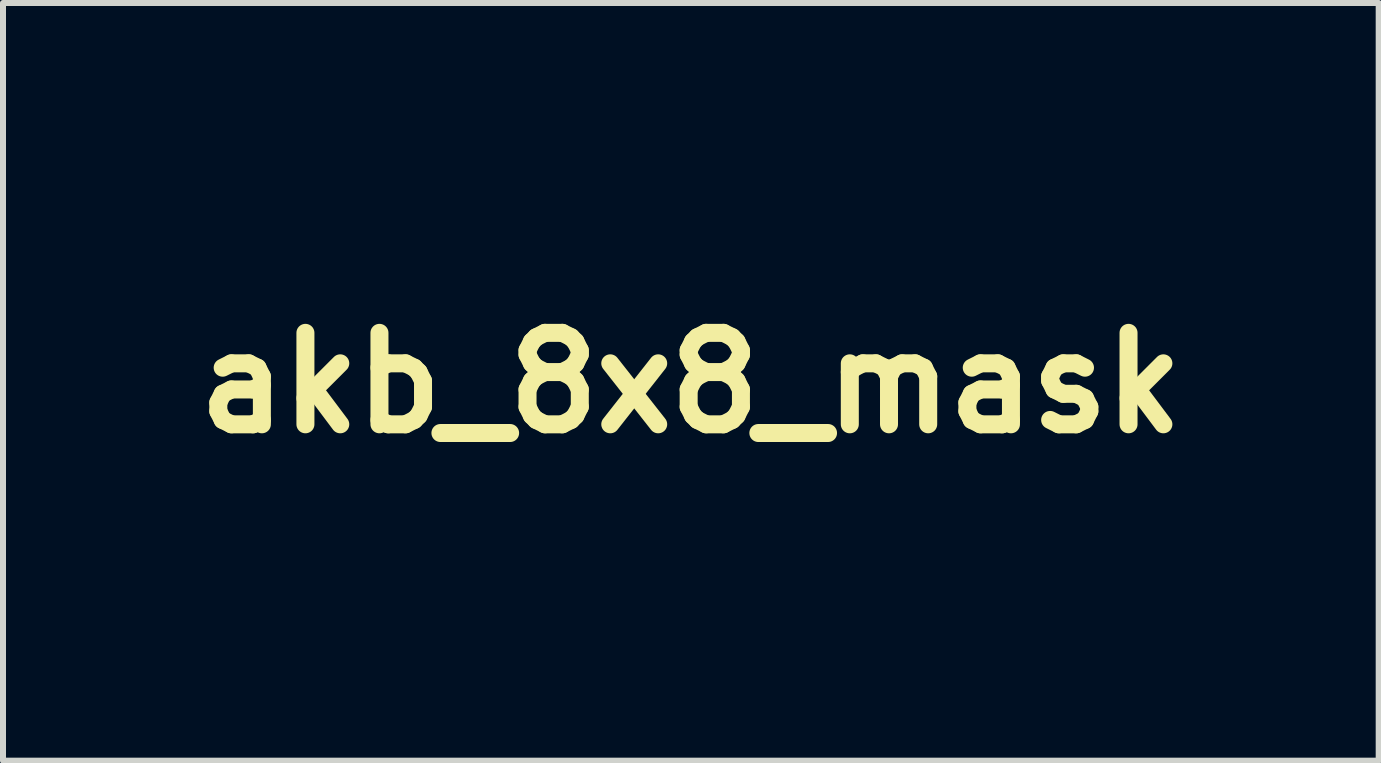
<source format=kicad_pcb>
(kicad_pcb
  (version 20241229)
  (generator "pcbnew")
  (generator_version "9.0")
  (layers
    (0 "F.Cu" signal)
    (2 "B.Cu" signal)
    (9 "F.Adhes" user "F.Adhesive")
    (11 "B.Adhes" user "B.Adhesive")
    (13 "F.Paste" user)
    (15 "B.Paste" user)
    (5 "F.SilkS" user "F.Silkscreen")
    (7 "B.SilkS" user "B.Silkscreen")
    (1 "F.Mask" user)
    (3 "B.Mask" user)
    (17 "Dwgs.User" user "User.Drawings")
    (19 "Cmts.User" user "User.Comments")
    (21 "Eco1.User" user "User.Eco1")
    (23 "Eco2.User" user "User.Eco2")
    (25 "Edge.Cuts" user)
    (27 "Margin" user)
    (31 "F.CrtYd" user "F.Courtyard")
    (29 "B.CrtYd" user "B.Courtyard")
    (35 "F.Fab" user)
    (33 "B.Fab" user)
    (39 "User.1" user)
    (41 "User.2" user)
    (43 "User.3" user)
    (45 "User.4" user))
  (footprint "akb_8x8_mask"
    (layer "F.Cu")
    (at 8.462 3.331)
    (property "Reference" "akb_8x8_mask" (at 0 0 0) (layer "F.SilkS") (effects (font (size 1.524 1.524) (thickness 0.3))))
    (attr through_hole)
    (fp_poly (pts (xy 0.058 -3.315) (xy 0.065 -3.305) (xy 0.077 -3.285) (xy 0.093 -3.257) (xy 0.114 -3.223) (xy 0.136 -3.184) (xy 0.157 -3.148) (xy 0.194 -3.084) (xy 0.234 -3.015) (xy 0.275 -2.943) (xy 0.317 -2.87) (xy 0.359 -2.798) (xy 0.399 -2.728) (xy 0.438 -2.662) (xy 0.472 -2.602) (xy 0.503 -2.549) (xy 0.528 -2.506) (xy 0.537 -2.491) (xy 0.557 -2.456) (xy 0.576 -2.422) (xy 0.593 -2.394) (xy 0.605 -2.372) (xy 0.61 -2.363) (xy 0.619 -2.348) (xy 0.633 -2.323) (xy 0.65 -2.293) (xy 0.67 -2.259) (xy 0.685 -2.233) (xy 0.706 -2.198) (xy 0.731 -2.154) (xy 0.759 -2.105) (xy 0.789 -2.053) (xy 0.818 -2.002) (xy 0.837 -1.971) (xy 0.863 -1.925) (xy 0.89 -1.879) (xy 0.914 -1.836) (xy 0.937 -1.797) (xy 0.955 -1.766) (xy 0.965 -1.747) (xy 0.977 -1.726) (xy 0.995 -1.696) (xy 1.017 -1.657) (xy 1.043 -1.613) (xy 1.071 -1.564) (xy 1.101 -1.513) (xy 1.125 -1.47) (xy 1.154 -1.421) (xy 1.18 -1.375) (xy 1.205 -1.333) (xy 1.226 -1.296) (xy 1.242 -1.267) (xy 1.254 -1.247) (xy 1.26 -1.237) (xy 1.267 -1.224) (xy 1.281 -1.201) (xy 1.3 -1.168) (xy 1.323 -1.127) (xy 1.351 -1.079) (xy 1.382 -1.025) (xy 1.416 -0.967) (xy 1.452 -0.905) (xy 1.489 -0.84) (xy 1.496 -0.827) (xy 1.558 -0.721) (xy 1.614 -0.623) (xy 1.668 -0.53) (xy 1.71 -0.457) (xy 1.724 -0.433) (xy 1.742 -0.401) (xy 1.765 -0.361) (xy 1.791 -0.316) (xy 1.819 -0.269) (xy 1.846 -0.221) (xy 1.848 -0.217) (xy 1.88 -0.162) (xy 1.908 -0.113) (xy 1.935 -0.067) (xy 1.96 -0.024) (xy 1.985 0.02) (xy 2.012 0.067) (xy 2.041 0.118) (xy 2.075 0.175) (xy 2.113 0.241) (xy 2.132 0.273) (xy 2.16 0.322) (xy 2.19 0.375) (xy 2.221 0.428) (xy 2.25 0.478) (xy 2.275 0.522) (xy 2.284 0.537) (xy 2.309 0.581) (xy 2.331 0.62) (xy 2.353 0.657) (xy 2.375 0.695) (xy 2.399 0.737) (xy 2.426 0.785) (xy 2.458 0.839) (xy 2.471 0.861) (xy 2.489 0.894) (xy 2.512 0.933) (xy 2.538 0.978) (xy 2.565 1.025) (xy 2.593 1.073) (xy 2.597 1.08) (xy 2.627 1.132) (xy 2.661 1.191) (xy 2.698 1.256) (xy 2.737 1.323) (xy 2.775 1.388) (xy 2.81 1.449) (xy 2.82 1.467) (xy 2.849 1.517) (xy 2.876 1.564) (xy 2.901 1.607) (xy 2.922 1.644) (xy 2.94 1.674) (xy 2.952 1.696) (xy 2.959 1.707) (xy 2.969 1.726) (xy 2.984 1.752) (xy 3.001 1.782) (xy 3.012 1.8) (xy 3.048 1.863) (xy 3.078 1.916) (xy 3.104 1.96) (xy 3.125 1.997) (xy 3.144 2.028) (xy 3.16 2.056) (xy 3.175 2.082) (xy 3.189 2.107) (xy 3.193 2.114) (xy 3.212 2.146) (xy 3.235 2.185) (xy 3.26 2.229) (xy 3.286 2.273) (xy 3.303 2.304) (xy 3.329 2.349) (xy 3.359 2.4) (xy 3.389 2.452) (xy 3.416 2.5) (xy 3.43 2.524) (xy 3.493 2.634) (xy 3.551 2.734) (xy 3.602 2.822) (xy 3.647 2.901) (xy 3.687 2.97) (xy 3.722 3.031) (xy 3.752 3.083) (xy 3.778 3.127) (xy 3.799 3.164) (xy 3.817 3.195) (xy 3.831 3.219) (xy 3.841 3.237) (xy 3.849 3.25) (xy 3.854 3.259) (xy 3.857 3.264) (xy 3.858 3.264) (xy 3.865 3.278) (xy 3.867 3.286) (xy 3.865 3.286) (xy 3.858 3.287) (xy 3.847 3.287) (xy 3.831 3.288) (xy 3.81 3.288) (xy 3.783 3.289) (xy 3.751 3.289) (xy 3.712 3.29) (xy 3.667 3.29) (xy 3.616 3.291) (xy 3.557 3.291) (xy 3.492 3.291) (xy 3.419 3.292) (xy 3.338 3.292) (xy 3.249 3.292) (xy 3.152 3.292) (xy 3.046 3.293) (xy 2.931 3.293) (xy 2.807 3.293) (xy 2.674 3.293) (xy 2.531 3.293) (xy 2.377 3.294) (xy 2.214 3.294) (xy 2.04 3.294) (xy 1.855 3.294) (xy 1.659 3.294) (xy 1.451 3.294) (xy 1.232 3.294) (xy 1.001 3.294) (xy 0.757 3.294) (xy 0.501 3.294) (xy 0.232 3.294) (xy 0.047 3.294) (xy -0.232 3.294) (xy -0.498 3.294) (xy -0.751 3.294) (xy -0.992 3.294) (xy -1.22 3.294) (xy -1.437 3.294) (xy -1.642 3.294) (xy -1.835 3.294) (xy -2.017 3.294) (xy -2.189 3.294) (xy -2.349 3.293) (xy -2.5 3.293) (xy -2.641 3.293) (xy -2.771 3.293) (xy -2.893 3.293) (xy -3.005 3.293) (xy -3.108 3.292) (xy -3.202 3.292) (xy -3.289 3.292) (xy -3.367 3.291) (xy -3.437 3.291) (xy -3.5 3.291) (xy -3.555 3.29) (xy -3.604 3.29) (xy -3.645 3.29) (xy -3.681 3.289) (xy -3.71 3.289) (xy -3.733 3.288) (xy -3.751 3.288) (xy -3.763 3.287) (xy -3.77 3.287) (xy -3.773 3.286) (xy -3.773 3.286) (xy -3.77 3.276) (xy -3.761 3.259) (xy -3.751 3.241) (xy -3.739 3.22) (xy -3.723 3.192) (xy -3.704 3.159) (xy -3.688 3.131) (xy -3.672 3.103) (xy -3.458 3.103) (xy -3.457 3.107) (xy -3.449 3.109) (xy -3.43 3.11) (xy -3.4 3.111) (xy -3.36 3.112) (xy -3.313 3.113) (xy -3.258 3.114) (xy -3.198 3.114) (xy -3.134 3.115) (xy -3.068 3.115) (xy -2.999 3.115) (xy -2.931 3.115) (xy -2.863 3.114) (xy -2.798 3.114) (xy -2.737 3.113) (xy -2.681 3.112) (xy -2.631 3.111) (xy -2.589 3.11) (xy -2.556 3.109) (xy -2.534 3.108) (xy -2.522 3.106) (xy -2.522 3.106) (xy -2.517 3.097) (xy -2.318 3.097) (xy -2.317 3.107) (xy -2.31 3.108) (xy -2.29 3.108) (xy -2.259 3.109) (xy -2.216 3.109) (xy -2.162 3.11) (xy -2.098 3.11) (xy -2.024 3.11) (xy -1.941 3.111) (xy -1.85 3.111) (xy -1.752 3.112) (xy -1.646 3.112) (xy -1.534 3.112) (xy -1.416 3.113) (xy -1.293 3.113) (xy -1.166 3.113) (xy -1.035 3.113) (xy -0.9 3.114) (xy -0.763 3.114) (xy -0.623 3.114) (xy -0.483 3.114) (xy -0.341 3.114) (xy -0.2 3.114) (xy -0.059 3.115) (xy 0.081 3.115) (xy 0.219 3.115) (xy 0.355 3.115) (xy 0.488 3.115) (xy 0.617 3.115) (xy 0.741 3.114) (xy 0.861 3.114) (xy 0.976 3.114) (xy 1.084 3.114) (xy 1.185 3.114) (xy 1.279 3.114) (xy 1.365 3.113) (xy 1.442 3.113) (xy 1.51 3.113) (xy 1.568 3.112) (xy 1.615 3.112) (xy 1.651 3.112) (xy 1.675 3.111) (xy 1.687 3.111) (xy 1.688 3.111) (xy 1.687 3.103) (xy 1.679 3.086) (xy 1.667 3.062) (xy 1.65 3.032) (xy 1.629 2.999) (xy 1.626 2.994) (xy 1.617 2.979) (xy 1.605 2.958) (xy 1.595 2.941) (xy 1.586 2.923) (xy 1.571 2.897) (xy 1.552 2.864) (xy 1.531 2.827) (xy 1.51 2.791) (xy 1.488 2.753) (xy 1.466 2.715) (xy 1.447 2.682) (xy 1.431 2.655) (xy 1.421 2.637) (xy 1.412 2.621) (xy 1.404 2.608) (xy 1.396 2.594) (xy 1.387 2.579) (xy 1.376 2.559) (xy 1.36 2.532) (xy 1.34 2.496) (xy 1.337 2.491) (xy 1.32 2.461) (xy 1.304 2.434) (xy 1.291 2.412) (xy 1.285 2.401) (xy 1.275 2.383) (xy 1.259 2.356) (xy 1.239 2.321) (xy 1.216 2.282) (xy 1.191 2.239) (xy 1.166 2.196) (xy 1.142 2.154) (xy 1.124 2.124) (xy 1.106 2.092) (xy 1.088 2.062) (xy 1.074 2.037) (xy 1.064 2.019) (xy 1.063 2.017) (xy 1.047 1.99) (xy 1.029 1.956) (xy 1.007 1.919) (xy 0.985 1.88) (xy 0.962 1.841) (xy 0.939 1.802) (xy 0.918 1.767) (xy 0.899 1.736) (xy 0.884 1.712) (xy 0.874 1.696) (xy 0.869 1.689) (xy 0.869 1.689) (xy 0.863 1.693) (xy 0.853 1.707) (xy 0.842 1.725) (xy 0.828 1.749) (xy 0.816 1.771) (xy 0.808 1.784) (xy 0.774 1.841) (xy 0.746 1.89) (xy 0.723 1.931) (xy 0.715 1.944) (xy 0.703 1.966) (xy 0.685 1.996) (xy 0.664 2.033) (xy 0.642 2.072) (xy 0.62 2.11) (xy 0.599 2.146) (xy 0.582 2.175) (xy 0.573 2.191) (xy 0.566 2.203) (xy 0.553 2.225) (xy 0.537 2.253) (xy 0.519 2.285) (xy 0.51 2.301) (xy 0.491 2.333) (xy 0.47 2.37) (xy 0.447 2.41) (xy 0.424 2.449) (xy 0.403 2.487) (xy 0.384 2.519) (xy 0.369 2.545) (xy 0.36 2.561) (xy 0.329 2.614) (xy 0.304 2.656) (xy 0.286 2.687) (xy 0.275 2.707) (xy 0.275 2.707) (xy 0.264 2.726) (xy 0.25 2.75) (xy 0.241 2.766) (xy 0.23 2.785) (xy 0.222 2.799) (xy 0.22 2.805) (xy 0.217 2.811) (xy 0.208 2.826) (xy 0.196 2.847) (xy 0.194 2.849) (xy 0.182 2.869) (xy 0.165 2.898) (xy 0.145 2.932) (xy 0.124 2.969) (xy 0.11 2.992) (xy 0.091 3.025) (xy 0.073 3.054) (xy 0.058 3.076) (xy 0.048 3.09) (xy 0.043 3.094) (xy 0.034 3.09) (xy 0.033 3.088) (xy 0.03 3.079) (xy 0.022 3.063) (xy 0.014 3.049) (xy -0.001 3.024) (xy -0.018 2.996) (xy -0.024 2.984) (xy -0.032 2.97) (xy -0.046 2.947) (xy -0.063 2.915) (xy -0.085 2.878) (xy -0.108 2.837) (xy -0.133 2.794) (xy -0.158 2.75) (xy -0.183 2.708) (xy -0.205 2.669) (xy -0.224 2.636) (xy -0.24 2.61) (xy -0.247 2.598) (xy -0.255 2.583) (xy -0.269 2.56) (xy -0.286 2.53) (xy -0.305 2.496) (xy -0.326 2.46) (xy -0.346 2.425) (xy -0.364 2.394) (xy -0.378 2.369) (xy -0.38 2.366) (xy -0.389 2.35) (xy -0.403 2.326) (xy -0.421 2.294) (xy -0.442 2.258) (xy -0.465 2.218) (xy -0.489 2.177) (xy -0.514 2.135) (xy -0.537 2.094) (xy -0.559 2.057) (xy -0.577 2.025) (xy -0.592 1.999) (xy -0.602 1.982) (xy -0.607 1.974) (xy -0.607 1.974) (xy -0.613 1.963) (xy -0.624 1.945) (xy -0.636 1.924) (xy -0.648 1.903) (xy -0.664 1.874) (xy -0.683 1.841) (xy -0.703 1.806) (xy -0.707 1.8) (xy -0.725 1.769) (xy -0.742 1.74) (xy -0.755 1.717) (xy -0.764 1.701) (xy -0.765 1.698) (xy -0.768 1.692) (xy -0.771 1.686) (xy -0.774 1.682) (xy -0.779 1.679) (xy -0.786 1.679) (xy -0.796 1.682) (xy -0.81 1.687) (xy -0.829 1.696) (xy -0.854 1.71) (xy -0.886 1.727) (xy -0.925 1.749) (xy -0.972 1.777) (xy -1.029 1.81) (xy -1.096 1.849) (xy -1.137 1.873) (xy -1.174 1.894) (xy -1.209 1.915) (xy -1.24 1.933) (xy -1.264 1.946) (xy -1.278 1.955) (xy -1.28 1.956) (xy -1.327 1.982) (xy -1.366 2.004) (xy -1.399 2.023) (xy -1.43 2.041) (xy -1.462 2.06) (xy -1.498 2.081) (xy -1.507 2.086) (xy -1.541 2.106) (xy -1.575 2.126) (xy -1.603 2.142) (xy -1.625 2.155) (xy -1.633 2.159) (xy -1.654 2.171) (xy -1.681 2.187) (xy -1.708 2.203) (xy -1.71 2.204) (xy -1.733 2.217) (xy -1.753 2.228) (xy -1.765 2.235) (xy -1.767 2.236) (xy -1.779 2.243) (xy -1.796 2.252) (xy -1.797 2.253) (xy -1.813 2.263) (xy -1.839 2.278) (xy -1.87 2.296) (xy -1.905 2.316) (xy -1.94 2.337) (xy -1.974 2.356) (xy -2.002 2.372) (xy -2.022 2.383) (xy -2.027 2.386) (xy -2.046 2.397) (xy -2.061 2.407) (xy -2.065 2.41) (xy -2.07 2.419) (xy -2.079 2.438) (xy -2.09 2.465) (xy -2.102 2.496) (xy -2.107 2.511) (xy -2.132 2.579) (xy -2.152 2.635) (xy -2.169 2.682) (xy -2.183 2.721) (xy -2.194 2.752) (xy -2.203 2.777) (xy -2.211 2.798) (xy -2.217 2.816) (xy -2.218 2.817) (xy -2.226 2.842) (xy -2.234 2.864) (xy -2.24 2.877) (xy -2.24 2.877) (xy -2.244 2.888) (xy -2.252 2.909) (xy -2.262 2.937) (xy -2.274 2.969) (xy -2.277 2.977) (xy -2.289 3.011) (xy -2.299 3.041) (xy -2.308 3.065) (xy -2.314 3.08) (xy -2.314 3.082) (xy -2.318 3.097) (xy -2.517 3.097) (xy -2.517 3.097) (xy -2.509 3.078) (xy -2.499 3.051) (xy -2.487 3.019) (xy -2.481 3.004) (xy -2.467 2.965) (xy -2.453 2.925) (xy -2.439 2.888) (xy -2.429 2.858) (xy -2.427 2.854) (xy -2.415 2.82) (xy -2.402 2.784) (xy -2.39 2.751) (xy -2.389 2.747) (xy -2.38 2.722) (xy -2.372 2.7) (xy -2.367 2.685) (xy -2.366 2.684) (xy -2.361 2.67) (xy -2.351 2.644) (xy -2.337 2.606) (xy -2.318 2.555) (xy -2.296 2.493) (xy -2.292 2.482) (xy -2.284 2.457) (xy -2.278 2.436) (xy -2.276 2.424) (xy -2.276 2.422) (xy -2.279 2.421) (xy -2.285 2.419) (xy -2.296 2.417) (xy -2.313 2.413) (xy -2.337 2.409) (xy -2.37 2.403) (xy -2.412 2.395) (xy -2.464 2.386) (xy -2.529 2.375) (xy -2.533 2.374) (xy -2.572 2.367) (xy -2.608 2.361) (xy -2.637 2.356) (xy -2.658 2.352) (xy -2.667 2.35) (xy -2.691 2.346) (xy -2.723 2.34) (xy -2.76 2.333) (xy -2.8 2.326) (xy -2.842 2.319) (xy -2.881 2.312) (xy -2.917 2.307) (xy -2.946 2.302) (xy -2.967 2.299) (xy -2.976 2.298) (xy -2.979 2.298) (xy -2.983 2.297) (xy -2.986 2.298) (xy -2.99 2.3) (xy -2.995 2.305) (xy -3.001 2.314) (xy -3.009 2.326) (xy -3.02 2.343) (xy -3.034 2.366) (xy -3.051 2.396) (xy -3.073 2.432) (xy -3.098 2.477) (xy -3.129 2.53) (xy -3.166 2.594) (xy -3.208 2.667) (xy -3.227 2.7) (xy -3.237 2.718) (xy -3.249 2.738) (xy -3.251 2.741) (xy -3.263 2.761) (xy -3.277 2.785) (xy -3.282 2.794) (xy -3.291 2.81) (xy -3.305 2.835) (xy -3.323 2.866) (xy -3.343 2.9) (xy -3.357 2.924) (xy -3.377 2.959) (xy -3.397 2.993) (xy -3.413 3.022) (xy -3.426 3.044) (xy -3.432 3.054) (xy -3.443 3.073) (xy -3.452 3.088) (xy -3.455 3.092) (xy -3.458 3.103) (xy -3.672 3.103) (xy -3.67 3.1) (xy -3.654 3.072) (xy -3.641 3.049) (xy -3.632 3.034) (xy -3.625 3.022) (xy -3.613 3) (xy -3.595 2.971) (xy -3.575 2.935) (xy -3.552 2.895) (xy -3.528 2.854) (xy -3.504 2.812) (xy -3.481 2.772) (xy -3.461 2.737) (xy -3.444 2.708) (xy -3.432 2.688) (xy -3.426 2.677) (xy -3.42 2.667) (xy -3.408 2.646) (xy -3.392 2.617) (xy -3.371 2.581) (xy -3.348 2.541) (xy -3.322 2.496) (xy -3.313 2.481) (xy -3.288 2.436) (xy -3.264 2.396) (xy -3.244 2.36) (xy -3.227 2.331) (xy -3.215 2.31) (xy -3.208 2.299) (xy -3.207 2.297) (xy -3.201 2.288) (xy -3.191 2.271) (xy -3.181 2.254) (xy -3.172 2.237) (xy -3.157 2.211) (xy -3.138 2.178) (xy -3.117 2.141) (xy -3.106 2.122) (xy -2.889 2.122) (xy -2.888 2.123) (xy -2.883 2.125) (xy -2.87 2.128) (xy -2.849 2.132) (xy -2.82 2.137) (xy -2.781 2.144) (xy -2.732 2.153) (xy -2.671 2.164) (xy -2.599 2.176) (xy -2.517 2.191) (xy -2.439 2.204) (xy -2.374 2.215) (xy -2.321 2.225) (xy -2.277 2.232) (xy -2.243 2.238) (xy -2.218 2.243) (xy -2.2 2.247) (xy -2.189 2.249) (xy -2.184 2.25) (xy -2.183 2.25) (xy -2.177 2.252) (xy -2.17 2.252) (xy -2.16 2.248) (xy -2.144 2.241) (xy -2.121 2.228) (xy -2.099 2.216) (xy -2.068 2.198) (xy -2.038 2.181) (xy -2.012 2.166) (xy -1.998 2.158) (xy -1.975 2.146) (xy -1.956 2.134) (xy -1.947 2.128) (xy -1.929 2.118) (xy -1.917 2.11) (xy -1.904 2.103) (xy -1.884 2.091) (xy -1.87 2.083) (xy -1.839 2.065) (xy -1.804 2.045) (xy -1.767 2.024) (xy -1.732 2.004) (xy -1.701 1.986) (xy -1.677 1.972) (xy -1.661 1.963) (xy -1.639 1.951) (xy -1.618 1.938) (xy -1.615 1.937) (xy -1.598 1.927) (xy -1.575 1.913) (xy -1.547 1.897) (xy -1.518 1.88) (xy -1.49 1.864) (xy -1.466 1.85) (xy -1.447 1.84) (xy -1.438 1.835) (xy -1.437 1.834) (xy -1.429 1.83) (xy -1.412 1.82) (xy -1.389 1.807) (xy -1.372 1.796) (xy -1.347 1.781) (xy -1.327 1.769) (xy -1.314 1.762) (xy -1.31 1.76) (xy -1.303 1.757) (xy -1.289 1.749) (xy -1.269 1.738) (xy -1.247 1.725) (xy -1.225 1.712) (xy -1.208 1.701) (xy -1.207 1.7) (xy -1.195 1.693) (xy -1.177 1.683) (xy -1.17 1.68) (xy -1.153 1.67) (xy -1.142 1.663) (xy -1.14 1.661) (xy -1.132 1.656) (xy -1.118 1.647) (xy -1.113 1.645) (xy -1.082 1.629) (xy -1.062 1.618) (xy -1.05 1.611) (xy -1.047 1.608) (xy -1.039 1.602) (xy -1.025 1.594) (xy -1.02 1.591) (xy -0.984 1.571) (xy -0.951 1.552) (xy -0.922 1.535) (xy -0.899 1.52) (xy -0.885 1.51) (xy -0.88 1.505) (xy -0.883 1.498) (xy -0.892 1.481) (xy -0.905 1.457) (xy -0.921 1.428) (xy -0.939 1.396) (xy -0.957 1.363) (xy -0.975 1.332) (xy -0.992 1.304) (xy -1.006 1.281) (xy -1.01 1.274) (xy -1.022 1.253) (xy -1.037 1.229) (xy -1.041 1.22) (xy -1.056 1.195) (xy -1.076 1.16) (xy -1.1 1.117) (xy -1.128 1.069) (xy -1.157 1.018) (xy -1.188 0.965) (xy -1.218 0.913) (xy -1.246 0.863) (xy -1.272 0.818) (xy -1.285 0.797) (xy -1.322 0.733) (xy -1.353 0.679) (xy -1.38 0.633) (xy -1.403 0.593) (xy -1.424 0.556) (xy -1.444 0.521) (xy -1.464 0.487) (xy -1.485 0.45) (xy -1.495 0.433) (xy -1.515 0.398) (xy -1.534 0.366) (xy -1.55 0.338) (xy -1.562 0.318) (xy -1.567 0.308) (xy -1.593 0.263) (xy -1.596 0.259) (xy -1.38 0.259) (xy -1.377 0.267) (xy -1.367 0.285) (xy -1.352 0.313) (xy -1.332 0.349) (xy -1.307 0.392) (xy -1.278 0.442) (xy -1.247 0.497) (xy -1.233 0.52) (xy -1.222 0.539) (xy -1.206 0.567) (xy -1.186 0.602) (xy -1.164 0.641) (xy -1.14 0.681) (xy -1.133 0.694) (xy -1.11 0.734) (xy -1.087 0.774) (xy -1.066 0.81) (xy -1.049 0.84) (xy -1.036 0.862) (xy -1.033 0.867) (xy -1.025 0.881) (xy -1.011 0.906) (xy -0.991 0.939) (xy -0.967 0.981) (xy -0.94 1.029) (xy -0.909 1.082) (xy -0.876 1.139) (xy -0.841 1.199) (xy -0.806 1.26) (xy -0.771 1.321) (xy -0.736 1.382) (xy -0.703 1.44) (xy -0.671 1.494) (xy -0.643 1.544) (xy -0.623 1.577) (xy -0.577 1.658) (xy -0.536 1.729) (xy -0.501 1.79) (xy -0.471 1.842) (xy -0.446 1.886) (xy -0.425 1.922) (xy -0.407 1.953) (xy -0.392 1.978) (xy -0.38 1.999) (xy -0.371 2.014) (xy -0.353 2.045) (xy -0.333 2.079) (xy -0.316 2.11) (xy -0.311 2.117) (xy -0.293 2.149) (xy -0.276 2.179) (xy -0.26 2.207) (xy -0.244 2.236) (xy -0.225 2.268) (xy -0.204 2.305) (xy -0.179 2.348) (xy -0.149 2.399) (xy -0.123 2.444) (xy -0.096 2.491) (xy -0.07 2.536) (xy -0.047 2.576) (xy -0.027 2.61) (xy -0.012 2.637) (xy -0.002 2.655) (xy 0.002 2.661) (xy 0.02 2.692) (xy 0.033 2.712) (xy 0.042 2.723) (xy 0.048 2.726) (xy 0.048 2.726) (xy 0.055 2.719) (xy 0.065 2.704) (xy 0.073 2.691) (xy 0.082 2.675) (xy 0.096 2.651) (xy 0.114 2.619) (xy 0.136 2.581) (xy 0.159 2.541) (xy 0.175 2.514) (xy 0.202 2.467) (xy 0.231 2.416) (xy 0.26 2.365) (xy 0.287 2.318) (xy 0.31 2.278) (xy 0.316 2.267) (xy 0.337 2.232) (xy 0.356 2.199) (xy 0.372 2.171) (xy 0.384 2.15) (xy 0.39 2.141) (xy 0.403 2.121) (xy 0.417 2.097) (xy 0.424 2.083) (xy 0.444 2.048) (xy 0.468 2.005) (xy 0.496 1.957) (xy 0.525 1.905) (xy 0.555 1.855) (xy 0.582 1.808) (xy 0.606 1.767) (xy 0.61 1.76) (xy 0.625 1.735) (xy 0.64 1.708) (xy 0.649 1.694) (xy 0.653 1.686) (xy 1.087 1.686) (xy 1.09 1.693) (xy 1.098 1.709) (xy 1.11 1.731) (xy 1.114 1.737) (xy 1.128 1.76) (xy 1.146 1.791) (xy 1.166 1.827) (xy 1.187 1.863) (xy 1.193 1.874) (xy 1.208 1.9) (xy 1.229 1.936) (xy 1.254 1.979) (xy 1.282 2.029) (xy 1.313 2.083) (xy 1.345 2.138) (xy 1.378 2.194) (xy 1.383 2.204) (xy 1.433 2.291) (xy 1.478 2.367) (xy 1.516 2.434) (xy 1.548 2.49) (xy 1.576 2.538) (xy 1.599 2.578) (xy 1.618 2.611) (xy 1.633 2.636) (xy 1.644 2.656) (xy 1.652 2.671) (xy 1.658 2.68) (xy 1.66 2.684) (xy 1.668 2.697) (xy 1.68 2.719) (xy 1.696 2.747) (xy 1.714 2.778) (xy 1.72 2.788) (xy 1.74 2.822) (xy 1.765 2.865) (xy 1.791 2.91) (xy 1.817 2.955) (xy 1.832 2.981) (xy 1.852 3.016) (xy 1.871 3.048) (xy 1.887 3.074) (xy 1.898 3.093) (xy 1.905 3.102) (xy 1.907 3.104) (xy 1.911 3.106) (xy 1.916 3.107) (xy 1.925 3.108) (xy 1.937 3.109) (xy 1.953 3.11) (xy 1.974 3.111) (xy 2 3.112) (xy 2.033 3.112) (xy 2.073 3.113) (xy 2.121 3.113) (xy 2.177 3.114) (xy 2.243 3.114) (xy 2.318 3.114) (xy 2.403 3.114) (xy 2.5 3.114) (xy 2.609 3.114) (xy 2.731 3.114) (xy 2.731 3.114) (xy 2.866 3.114) (xy 2.988 3.114) (xy 3.098 3.114) (xy 3.195 3.113) (xy 3.28 3.113) (xy 3.352 3.112) (xy 3.413 3.112) (xy 3.462 3.111) (xy 3.501 3.11) (xy 3.528 3.109) (xy 3.544 3.108) (xy 3.55 3.107) (xy 3.55 3.107) (xy 3.55 3.097) (xy 3.545 3.089) (xy 3.537 3.078) (xy 3.526 3.058) (xy 3.512 3.035) (xy 3.51 3.031) (xy 3.493 3.001) (xy 3.474 2.968) (xy 3.459 2.942) (xy 3.447 2.92) (xy 3.437 2.903) (xy 3.433 2.894) (xy 3.433 2.893) (xy 3.429 2.888) (xy 3.428 2.887) (xy 3.422 2.882) (xy 3.415 2.869) (xy 3.407 2.853) (xy 3.396 2.831) (xy 3.389 2.819) (xy 3.379 2.803) (xy 3.365 2.778) (xy 3.346 2.747) (xy 3.326 2.712) (xy 3.309 2.683) (xy 3.287 2.644) (xy 3.261 2.6) (xy 3.233 2.551) (xy 3.203 2.499) (xy 3.173 2.446) (xy 3.142 2.393) (xy 3.112 2.34) (xy 3.083 2.291) (xy 3.057 2.245) (xy 3.033 2.204) (xy 3.014 2.171) (xy 2.999 2.145) (xy 2.989 2.128) (xy 2.987 2.124) (xy 2.979 2.11) (xy 2.964 2.085) (xy 2.944 2.05) (xy 2.918 2.004) (xy 2.886 1.949) (xy 2.849 1.884) (xy 2.806 1.811) (xy 2.79 1.782) (xy 2.732 1.68) (xy 1.909 1.68) (xy 1.806 1.68) (xy 1.706 1.681) (xy 1.611 1.681) (xy 1.521 1.681) (xy 1.437 1.681) (xy 1.36 1.682) (xy 1.292 1.682) (xy 1.231 1.683) (xy 1.18 1.683) (xy 1.14 1.684) (xy 1.11 1.684) (xy 1.092 1.685) (xy 1.087 1.686) (xy 0.653 1.686) (xy 0.658 1.676) (xy 0.674 1.648) (xy 0.696 1.61) (xy 0.723 1.563) (xy 0.755 1.508) (xy 0.791 1.446) (xy 0.802 1.427) (xy 0.813 1.407) (xy 0.827 1.382) (xy 0.832 1.374) (xy 0.846 1.35) (xy 0.86 1.326) (xy 0.864 1.319) (xy 0.875 1.302) (xy 0.889 1.277) (xy 0.904 1.25) (xy 0.909 1.242) (xy 0.925 1.214) (xy 0.945 1.179) (xy 0.965 1.143) (xy 0.977 1.124) (xy 0.991 1.099) (xy 1.011 1.065) (xy 1.034 1.024) (xy 1.06 0.98) (xy 1.086 0.935) (xy 1.102 0.907) (xy 1.125 0.866) (xy 1.147 0.829) (xy 1.165 0.797) (xy 1.18 0.773) (xy 1.189 0.756) (xy 1.193 0.75) (xy 1.199 0.741) (xy 1.209 0.724) (xy 1.221 0.702) (xy 1.222 0.7) (xy 1.234 0.677) (xy 1.252 0.647) (xy 1.271 0.613) (xy 1.291 0.579) (xy 1.292 0.577) (xy 1.337 0.499) (xy 1.376 0.432) (xy 1.408 0.376) (xy 1.434 0.331) (xy 1.453 0.297) (xy 1.466 0.274) (xy 1.472 0.261) (xy 1.473 0.258) (xy 1.467 0.258) (xy 1.447 0.257) (xy 1.416 0.257) (xy 1.373 0.257) (xy 1.319 0.256) (xy 1.255 0.256) (xy 1.182 0.255) (xy 1.099 0.255) (xy 1.007 0.255) (xy 0.908 0.254) (xy 0.802 0.254) (xy 0.689 0.254) (xy 0.57 0.254) (xy 0.446 0.254) (xy 0.317 0.253) (xy 0.183 0.253) (xy 0.047 0.253) (xy -0.109 0.253) (xy -0.258 0.254) (xy -0.4 0.254) (xy -0.534 0.254) (xy -0.659 0.254) (xy -0.777 0.254) (xy -0.885 0.255) (xy -0.983 0.255) (xy -1.072 0.255) (xy -1.15 0.256) (xy -1.218 0.256) (xy -1.274 0.257) (xy -1.319 0.258) (xy -1.352 0.258) (xy -1.372 0.259) (xy -1.38 0.259) (xy -1.38 0.259) (xy -1.596 0.259) (xy -1.621 0.215) (xy -1.631 0.197) (xy -1.645 0.173) (xy -1.66 0.146) (xy -1.664 0.139) (xy -1.677 0.116) (xy -1.687 0.096) (xy -1.693 0.083) (xy -1.693 0.081) (xy -1.69 0.08) (xy -1.679 0.079) (xy -1.661 0.078) (xy -1.634 0.077) (xy -1.599 0.076) (xy -1.555 0.075) (xy -1.501 0.075) (xy -1.436 0.074) (xy -1.361 0.074) (xy -1.275 0.074) (xy -1.178 0.073) (xy -1.068 0.073) (xy -0.946 0.073) (xy -0.882 0.073) (xy -0.779 0.073) (xy -0.679 0.073) (xy -0.584 0.073) (xy -0.495 0.073) (xy -0.412 0.072) (xy -0.335 0.072) (xy -0.266 0.071) (xy -0.206 0.071) (xy -0.155 0.07) (xy -0.115 0.07) (xy -0.085 0.069) (xy -0.068 0.069) (xy -0.063 0.068) (xy -0.063 0.068) (xy 0.158 0.068) (xy 0.164 0.069) (xy 0.184 0.069) (xy 0.215 0.07) (xy 0.257 0.071) (xy 0.309 0.071) (xy 0.371 0.072) (xy 0.441 0.072) (xy 0.518 0.072) (xy 0.603 0.073) (xy 0.693 0.073) (xy 0.789 0.073) (xy 0.889 0.073) (xy 0.974 0.073) (xy 1.111 0.073) (xy 1.236 0.074) (xy 1.347 0.074) (xy 1.446 0.074) (xy 1.532 0.075) (xy 1.605 0.075) (xy 1.665 0.076) (xy 1.713 0.077) (xy 1.749 0.078) (xy 1.773 0.079) (xy 1.785 0.08) (xy 1.787 0.08) (xy 1.786 0.083) (xy 1.785 0.087) (xy 1.782 0.093) (xy 1.777 0.104) (xy 1.768 0.119) (xy 1.757 0.139) (xy 1.741 0.167) (xy 1.721 0.202) (xy 1.695 0.246) (xy 1.664 0.3) (xy 1.647 0.33) (xy 1.618 0.38) (xy 1.585 0.437) (xy 1.549 0.499) (xy 1.514 0.561) (xy 1.48 0.62) (xy 1.458 0.657) (xy 1.433 0.701) (xy 1.41 0.741) (xy 1.389 0.776) (xy 1.373 0.804) (xy 1.361 0.825) (xy 1.354 0.836) (xy 1.354 0.837) (xy 1.348 0.846) (xy 1.338 0.863) (xy 1.329 0.88) (xy 1.318 0.899) (xy 1.302 0.927) (xy 1.284 0.959) (xy 1.264 0.994) (xy 1.257 1.007) (xy 1.238 1.04) (xy 1.22 1.071) (xy 1.205 1.097) (xy 1.194 1.115) (xy 1.191 1.12) (xy 1.18 1.141) (xy 1.168 1.16) (xy 1.167 1.162) (xy 1.16 1.175) (xy 1.147 1.197) (xy 1.13 1.226) (xy 1.11 1.26) (xy 1.09 1.295) (xy 1.07 1.33) (xy 1.051 1.362) (xy 1.036 1.389) (xy 1.025 1.408) (xy 1.022 1.414) (xy 1.009 1.436) (xy 0.996 1.459) (xy 0.994 1.462) (xy 0.986 1.479) (xy 0.983 1.491) (xy 0.983 1.494) (xy 0.99 1.495) (xy 1.01 1.495) (xy 1.041 1.496) (xy 1.082 1.497) (xy 1.133 1.498) (xy 1.192 1.498) (xy 1.258 1.499) (xy 1.331 1.499) (xy 1.409 1.5) (xy 1.492 1.5) (xy 1.578 1.5) (xy 1.666 1.501) (xy 1.756 1.501) (xy 1.847 1.501) (xy 1.937 1.501) (xy 2.025 1.5) (xy 2.111 1.5) (xy 2.194 1.5) (xy 2.272 1.499) (xy 2.344 1.499) (xy 2.411 1.498) (xy 2.469 1.498) (xy 2.52 1.497) (xy 2.56 1.496) (xy 2.591 1.495) (xy 2.61 1.495) (xy 2.617 1.494) (xy 2.616 1.485) (xy 2.609 1.469) (xy 2.598 1.449) (xy 2.586 1.429) (xy 2.57 1.401) (xy 2.55 1.368) (xy 2.53 1.333) (xy 2.523 1.32) (xy 2.509 1.296) (xy 2.497 1.275) (xy 2.487 1.257) (xy 2.477 1.24) (xy 2.467 1.223) (xy 2.457 1.205) (xy 2.445 1.184) (xy 2.43 1.159) (xy 2.413 1.129) (xy 2.392 1.093) (xy 2.367 1.049) (xy 2.337 0.996) (xy 2.3 0.933) (xy 2.297 0.927) (xy 2.264 0.87) (xy 2.232 0.814) (xy 2.201 0.76) (xy 2.172 0.711) (xy 2.147 0.668) (xy 2.126 0.632) (xy 2.11 0.605) (xy 2.104 0.593) (xy 2.087 0.565) (xy 2.073 0.541) (xy 2.063 0.523) (xy 2.058 0.513) (xy 2.051 0.501) (xy 2.041 0.485) (xy 2.041 0.483) (xy 2.032 0.468) (xy 2.017 0.444) (xy 2 0.414) (xy 1.981 0.38) (xy 1.961 0.347) (xy 1.943 0.315) (xy 1.931 0.293) (xy 1.92 0.274) (xy 1.904 0.246) (xy 1.885 0.214) (xy 1.866 0.18) (xy 1.862 0.174) (xy 1.845 0.145) (xy 1.83 0.12) (xy 1.819 0.101) (xy 1.814 0.091) (xy 1.813 0.09) (xy 1.81 0.083) (xy 1.801 0.068) (xy 1.789 0.046) (xy 1.777 0.026) (xy 1.762 0.001) (xy 1.75 -0.02) (xy 1.742 -0.033) (xy 1.74 -0.037) (xy 1.737 -0.043) (xy 1.728 -0.059) (xy 1.715 -0.081) (xy 1.699 -0.109) (xy 1.682 -0.139) (xy 1.664 -0.17) (xy 1.66 -0.177) (xy 1.649 -0.196) (xy 1.632 -0.225) (xy 1.609 -0.264) (xy 1.582 -0.311) (xy 1.55 -0.366) (xy 1.515 -0.427) (xy 1.477 -0.493) (xy 1.464 -0.517) (xy 1.436 -0.564) (xy 1.409 -0.612) (xy 1.382 -0.659) (xy 1.357 -0.701) (xy 1.337 -0.736) (xy 1.325 -0.757) (xy 1.307 -0.788) (xy 1.284 -0.827) (xy 1.258 -0.872) (xy 1.232 -0.918) (xy 1.206 -0.962) (xy 1.204 -0.967) (xy 1.177 -1.014) (xy 1.147 -1.065) (xy 1.118 -1.116) (xy 1.09 -1.164) (xy 1.067 -1.204) (xy 1.046 -1.239) (xy 1.028 -1.271) (xy 1.012 -1.299) (xy 1.001 -1.319) (xy 0.995 -1.329) (xy 0.987 -1.343) (xy 0.98 -1.35) (xy 0.975 -1.347) (xy 0.965 -1.334) (xy 0.953 -1.316) (xy 0.94 -1.296) (xy 0.929 -1.277) (xy 0.922 -1.262) (xy 0.92 -1.255) (xy 0.916 -1.246) (xy 0.915 -1.246) (xy 0.909 -1.239) (xy 0.899 -1.225) (xy 0.893 -1.214) (xy 0.882 -1.195) (xy 0.867 -1.169) (xy 0.85 -1.14) (xy 0.837 -1.117) (xy 0.823 -1.092) (xy 0.803 -1.059) (xy 0.78 -1.019) (xy 0.754 -0.974) (xy 0.728 -0.928) (xy 0.708 -0.894) (xy 0.684 -0.851) (xy 0.661 -0.811) (xy 0.641 -0.776) (xy 0.624 -0.748) (xy 0.612 -0.727) (xy 0.606 -0.717) (xy 0.594 -0.697) (xy 0.582 -0.675) (xy 0.581 -0.674) (xy 0.574 -0.66) (xy 0.561 -0.638) (xy 0.544 -0.609) (xy 0.525 -0.575) (xy 0.506 -0.543) (xy 0.486 -0.508) (xy 0.466 -0.474) (xy 0.449 -0.445) (xy 0.437 -0.424) (xy 0.43 -0.412) (xy 0.424 -0.4) (xy 0.411 -0.378) (xy 0.394 -0.348) (xy 0.373 -0.312) (xy 0.349 -0.271) (xy 0.324 -0.228) (xy 0.321 -0.222) (xy 0.295 -0.178) (xy 0.271 -0.136) (xy 0.249 -0.098) (xy 0.231 -0.066) (xy 0.217 -0.042) (xy 0.209 -0.028) (xy 0.208 -0.027) (xy 0.194 -0.002) (xy 0.178 0.025) (xy 0.173 0.033) (xy 0.163 0.051) (xy 0.158 0.064) (xy 0.158 0.068) (xy -0.063 0.068) (xy -0.061 0.066) (xy -0.058 0.063) (xy -0.053 0.056) (xy -0.047 0.046) (xy -0.038 0.031) (xy -0.026 0.011) (xy -0.011 -0.015) (xy 0.008 -0.048) (xy 0.032 -0.089) (xy 0.06 -0.138) (xy 0.094 -0.197) (xy 0.133 -0.266) (xy 0.169 -0.327) (xy 0.192 -0.367) (xy 0.213 -0.405) (xy 0.232 -0.436) (xy 0.246 -0.461) (xy 0.256 -0.477) (xy 0.26 -0.483) (xy 0.266 -0.493) (xy 0.275 -0.509) (xy 0.281 -0.52) (xy 0.289 -0.533) (xy 0.301 -0.555) (xy 0.319 -0.586) (xy 0.339 -0.622) (xy 0.362 -0.662) (xy 0.386 -0.704) (xy 0.41 -0.746) (xy 0.433 -0.786) (xy 0.454 -0.823) (xy 0.472 -0.854) (xy 0.486 -0.877) (xy 0.493 -0.89) (xy 0.513 -0.923) (xy 0.537 -0.966) (xy 0.566 -1.016) (xy 0.599 -1.072) (xy 0.633 -1.131) (xy 0.668 -1.192) (xy 0.703 -1.252) (xy 0.736 -1.31) (xy 0.751 -1.337) (xy 0.777 -1.382) (xy 0.801 -1.423) (xy 0.822 -1.459) (xy 0.839 -1.488) (xy 0.852 -1.51) (xy 0.859 -1.521) (xy 0.861 -1.523) (xy 0.865 -1.528) (xy 0.867 -1.533) (xy 0.868 -1.54) (xy 0.865 -1.549) (xy 0.858 -1.564) (xy 0.848 -1.584) (xy 0.833 -1.611) (xy 0.812 -1.647) (xy 0.787 -1.69) (xy 0.767 -1.724) (xy 0.744 -1.764) (xy 0.718 -1.809) (xy 0.69 -1.857) (xy 0.662 -1.906) (xy 0.633 -1.955) (xy 0.606 -2.003) (xy 0.58 -2.047) (xy 0.558 -2.086) (xy 0.539 -2.118) (xy 0.526 -2.141) (xy 0.518 -2.154) (xy 0.511 -2.167) (xy 0.498 -2.19) (xy 0.481 -2.219) (xy 0.462 -2.253) (xy 0.445 -2.281) (xy 0.426 -2.315) (xy 0.408 -2.345) (xy 0.394 -2.37) (xy 0.384 -2.387) (xy 0.38 -2.394) (xy 0.374 -2.405) (xy 0.363 -2.423) (xy 0.353 -2.441) (xy 0.344 -2.456) (xy 0.329 -2.482) (xy 0.31 -2.515) (xy 0.288 -2.553) (xy 0.264 -2.595) (xy 0.243 -2.631) (xy 0.203 -2.701) (xy 0.169 -2.761) (xy 0.14 -2.811) (xy 0.116 -2.851) (xy 0.097 -2.884) (xy 0.082 -2.91) (xy 0.07 -2.929) (xy 0.061 -2.942) (xy 0.055 -2.951) (xy 0.05 -2.957) (xy 0.047 -2.959) (xy 0.046 -2.959) (xy 0.04 -2.954) (xy 0.029 -2.937) (xy 0.011 -2.91) (xy -0.012 -2.873) (xy -0.04 -2.825) (xy -0.073 -2.769) (xy -0.111 -2.704) (xy -0.153 -2.63) (xy -0.199 -2.549) (xy -0.217 -2.518) (xy -0.232 -2.491) (xy -0.249 -2.462) (xy -0.258 -2.446) (xy -0.27 -2.426) (xy -0.277 -2.411) (xy -0.28 -2.405) (xy -0.284 -2.396) (xy -0.287 -2.392) (xy -0.292 -2.384) (xy -0.302 -2.368) (xy -0.316 -2.345) (xy -0.332 -2.319) (xy -0.348 -2.292) (xy -0.363 -2.267) (xy -0.375 -2.245) (xy -0.384 -2.23) (xy -0.387 -2.224) (xy -0.39 -2.218) (xy -0.398 -2.203) (xy -0.41 -2.183) (xy -0.413 -2.179) (xy -0.428 -2.154) (xy -0.441 -2.131) (xy -0.451 -2.113) (xy -0.459 -2.099) (xy -0.473 -2.075) (xy -0.49 -2.046) (xy -0.509 -2.012) (xy -0.528 -1.977) (xy -0.548 -1.944) (xy -0.565 -1.914) (xy -0.578 -1.891) (xy -0.587 -1.876) (xy -0.588 -1.875) (xy -0.594 -1.864) (xy -0.606 -1.843) (xy -0.623 -1.815) (xy -0.642 -1.782) (xy -0.662 -1.747) (xy -0.681 -1.713) (xy -0.706 -1.67) (xy -0.735 -1.62) (xy -0.766 -1.567) (xy -0.797 -1.512) (xy -0.828 -1.458) (xy -0.837 -1.444) (xy -0.869 -1.388) (xy -0.904 -1.328) (xy -0.939 -1.266) (xy -0.974 -1.206) (xy -1.006 -1.15) (xy -1.033 -1.103) (xy -1.036 -1.099) (xy -1.06 -1.056) (xy -1.083 -1.017) (xy -1.104 -0.981) (xy -1.12 -0.953) (xy -1.133 -0.932) (xy -1.138 -0.922) (xy -1.151 -0.9) (xy -1.163 -0.877) (xy -1.165 -0.874) (xy -1.174 -0.858) (xy -1.181 -0.849) (xy -1.182 -0.848) (xy -1.187 -0.84) (xy -1.187 -0.84) (xy -1.19 -0.831) (xy -1.198 -0.815) (xy -1.203 -0.807) (xy -1.213 -0.792) (xy -1.227 -0.768) (xy -1.244 -0.738) (xy -1.263 -0.705) (xy -1.271 -0.692) (xy -1.29 -0.658) (xy -1.309 -0.626) (xy -1.325 -0.598) (xy -1.336 -0.578) (xy -1.339 -0.573) (xy -1.354 -0.547) (xy -1.373 -0.515) (xy -1.394 -0.478) (xy -1.416 -0.439) (xy -1.439 -0.4) (xy -1.46 -0.362) (xy -1.479 -0.329) (xy -1.495 -0.302) (xy -1.506 -0.282) (xy -1.511 -0.275) (xy -1.524 -0.252) (xy -1.537 -0.229) (xy -1.539 -0.227) (xy -1.548 -0.211) (xy -1.562 -0.187) (xy -1.58 -0.156) (xy -1.599 -0.122) (xy -1.62 -0.086) (xy -1.639 -0.053) (xy -1.656 -0.024) (xy -1.668 -0.002) (xy -1.684 0.026) (xy -1.702 0.055) (xy -1.707 0.063) (xy -1.719 0.085) (xy -1.737 0.116) (xy -1.759 0.153) (xy -1.783 0.194) (xy -1.807 0.237) (xy -1.817 0.253) (xy -1.84 0.293) (xy -1.861 0.331) (xy -1.88 0.364) (xy -1.895 0.39) (xy -1.905 0.408) (xy -1.908 0.413) (xy -1.92 0.433) (xy -1.934 0.457) (xy -1.941 0.47) (xy -1.953 0.492) (xy -1.964 0.511) (xy -1.969 0.52) (xy -1.976 0.535) (xy -1.982 0.543) (xy -1.989 0.554) (xy -2.001 0.573) (xy -2.014 0.596) (xy -2.029 0.622) (xy -2.043 0.648) (xy -2.055 0.67) (xy -2.064 0.686) (xy -2.067 0.693) (xy -2.072 0.7) (xy -2.073 0.7) (xy -2.08 0.705) (xy -2.08 0.707) (xy -2.083 0.716) (xy -2.092 0.732) (xy -2.096 0.739) (xy -2.109 0.76) (xy -2.123 0.785) (xy -2.128 0.794) (xy -2.147 0.828) (xy -2.169 0.866) (xy -2.191 0.906) (xy -2.214 0.945) (xy -2.236 0.984) (xy -2.256 1.018) (xy -2.273 1.047) (xy -2.285 1.068) (xy -2.292 1.079) (xy -2.293 1.08) (xy -2.302 1.095) (xy -2.315 1.116) (xy -2.328 1.14) (xy -2.328 1.14) (xy -2.339 1.161) (xy -2.356 1.19) (xy -2.376 1.225) (xy -2.397 1.261) (xy -2.41 1.284) (xy -2.425 1.309) (xy -2.44 1.335) (xy -2.457 1.365) (xy -2.477 1.398) (xy -2.498 1.436) (xy -2.524 1.479) (xy -2.553 1.53) (xy -2.587 1.589) (xy -2.626 1.658) (xy -2.672 1.736) (xy -2.68 1.75) (xy -2.687 1.763) (xy -2.699 1.784) (xy -2.715 1.813) (xy -2.734 1.846) (xy -2.75 1.874) (xy -2.771 1.911) (xy -2.792 1.947) (xy -2.811 1.979) (xy -2.826 2.005) (xy -2.834 2.017) (xy -2.858 2.057) (xy -2.875 2.088) (xy -2.886 2.11) (xy -2.889 2.122) (xy -3.106 2.122) (xy -3.094 2.102) (xy -3.09 2.094) (xy -3.068 2.055) (xy -3.047 2.019) (xy -3.028 1.988) (xy -3.014 1.963) (xy -3.004 1.946) (xy -3.003 1.944) (xy -2.995 1.929) (xy -2.981 1.905) (xy -2.964 1.875) (xy -2.944 1.841) (xy -2.93 1.817) (xy -2.909 1.782) (xy -2.89 1.748) (xy -2.873 1.719) (xy -2.86 1.697) (xy -2.855 1.687) (xy -2.84 1.66) (xy -2.819 1.625) (xy -2.796 1.585) (xy -2.772 1.543) (xy -2.748 1.502) (xy -2.727 1.467) (xy -2.711 1.439) (xy -2.709 1.435) (xy -2.696 1.413) (xy -2.686 1.395) (xy -2.68 1.385) (xy -2.68 1.384) (xy -2.677 1.377) (xy -2.667 1.36) (xy -2.653 1.335) (xy -2.634 1.304) (xy -2.62 1.28) (xy -2.615 1.272) (xy -2.605 1.253) (xy -2.59 1.227) (xy -2.572 1.195) (xy -2.551 1.159) (xy -2.546 1.15) (xy -2.525 1.113) (xy -2.505 1.079) (xy -2.488 1.05) (xy -2.475 1.028) (xy -2.467 1.015) (xy -2.466 1.014) (xy -2.457 0.999) (xy -2.444 0.977) (xy -2.435 0.96) (xy -2.425 0.943) (xy -2.411 0.917) (xy -2.392 0.884) (xy -2.371 0.847) (xy -2.348 0.808) (xy -2.344 0.801) (xy -2.323 0.765) (xy -2.305 0.732) (xy -2.29 0.706) (xy -2.279 0.686) (xy -2.274 0.676) (xy -2.273 0.675) (xy -2.27 0.668) (xy -2.262 0.655) (xy -2.261 0.655) (xy -2.253 0.643) (xy -2.241 0.622) (xy -2.224 0.594) (xy -2.205 0.56) (xy -2.184 0.525) (xy -2.163 0.488) (xy -2.143 0.454) (xy -2.132 0.433) (xy -2.122 0.417) (xy -2.108 0.391) (xy -2.09 0.361) (xy -2.071 0.328) (xy -2.066 0.32) (xy -2.047 0.286) (xy -2.023 0.245) (xy -1.997 0.2) (xy -1.97 0.153) (xy -1.943 0.106) (xy -1.918 0.062) (xy -1.896 0.024) (xy -1.879 -0.006) (xy -1.875 -0.013) (xy -1.864 -0.032) (xy -1.856 -0.046) (xy -1.853 -0.05) (xy -1.848 -0.058) (xy -1.837 -0.077) (xy -1.82 -0.107) (xy -1.796 -0.148) (xy -1.767 -0.199) (xy -1.731 -0.26) (xy -1.69 -0.332) (xy -1.644 -0.412) (xy -1.593 -0.502) (xy -1.593 -0.502) (xy -1.571 -0.539) (xy -1.552 -0.573) (xy -1.535 -0.601) (xy -1.523 -0.622) (xy -1.516 -0.634) (xy -1.515 -0.636) (xy -1.508 -0.645) (xy -1.498 -0.663) (xy -1.489 -0.68) (xy -1.474 -0.707) (xy -1.453 -0.743) (xy -1.428 -0.787) (xy -1.4 -0.835) (xy -1.37 -0.886) (xy -1.359 -0.905) (xy -1.345 -0.929) (xy -1.334 -0.949) (xy -1.328 -0.961) (xy -1.327 -0.964) (xy -1.323 -0.97) (xy -1.315 -0.985) (xy -1.304 -1.002) (xy -1.288 -1.029) (xy -1.27 -1.059) (xy -1.262 -1.074) (xy -1.254 -1.087) (xy -1.245 -1.104) (xy -1.232 -1.126) (xy -1.216 -1.153) (xy -1.197 -1.188) (xy -1.173 -1.229) (xy -1.144 -1.279) (xy -1.11 -1.338) (xy -1.07 -1.407) (xy -1.034 -1.47) (xy -1.009 -1.513) (xy -0.986 -1.552) (xy -0.966 -1.587) (xy -0.95 -1.615) (xy -0.938 -1.636) (xy -0.932 -1.645) (xy -0.92 -1.667) (xy -0.907 -1.689) (xy -0.877 -1.741) (xy -0.848 -1.791) (xy -0.821 -1.838) (xy -0.797 -1.88) (xy -0.776 -1.916) (xy -0.761 -1.944) (xy -0.751 -1.961) (xy -0.74 -1.981) (xy -0.731 -1.997) (xy -0.726 -2.004) (xy -0.72 -2.014) (xy -0.711 -2.03) (xy -0.708 -2.034) (xy -0.699 -2.049) (xy -0.686 -2.073) (xy -0.67 -2.101) (xy -0.656 -2.124) (xy -0.638 -2.156) (xy -0.619 -2.189) (xy -0.602 -2.219) (xy -0.593 -2.234) (xy -0.582 -2.254) (xy -0.566 -2.282) (xy -0.545 -2.317) (xy -0.523 -2.355) (xy -0.501 -2.393) (xy -0.48 -2.428) (xy -0.462 -2.459) (xy -0.448 -2.484) (xy -0.438 -2.502) (xy -0.433 -2.51) (xy -0.433 -2.511) (xy -0.43 -2.517) (xy -0.422 -2.532) (xy -0.409 -2.553) (xy -0.402 -2.565) (xy -0.391 -2.585) (xy -0.374 -2.614) (xy -0.353 -2.65) (xy -0.329 -2.691) (xy -0.303 -2.736) (xy -0.277 -2.782) (xy -0.251 -2.826) (xy -0.227 -2.867) (xy -0.207 -2.903) (xy -0.19 -2.931) (xy -0.182 -2.946) (xy -0.17 -2.968) (xy -0.154 -2.994) (xy -0.143 -3.013) (xy -0.131 -3.033) (xy -0.123 -3.05) (xy -0.12 -3.059) (xy -0.116 -3.068) (xy -0.115 -3.069) (xy -0.11 -3.075) (xy -0.1 -3.091) (xy -0.085 -3.114) (xy -0.069 -3.142) (xy -0.05 -3.173) (xy -0.032 -3.204) (xy -0.015 -3.235) (xy -0.000351 -3.261) (xy -0.000036 -3.262) (xy 0.013 -3.284) (xy 0.026 -3.305) (xy 0.032 -3.312) (xy 0.047 -3.331)) (stroke (width 0) (type solid)) (fill yes) (layer "F.Mask")))
  (gr_rect
    (start -3 -3)
    (end 19.924 9.625)
    (stroke (width 0.1) (type default))
    (fill no)
    (layer "Edge.Cuts")))
</source>
